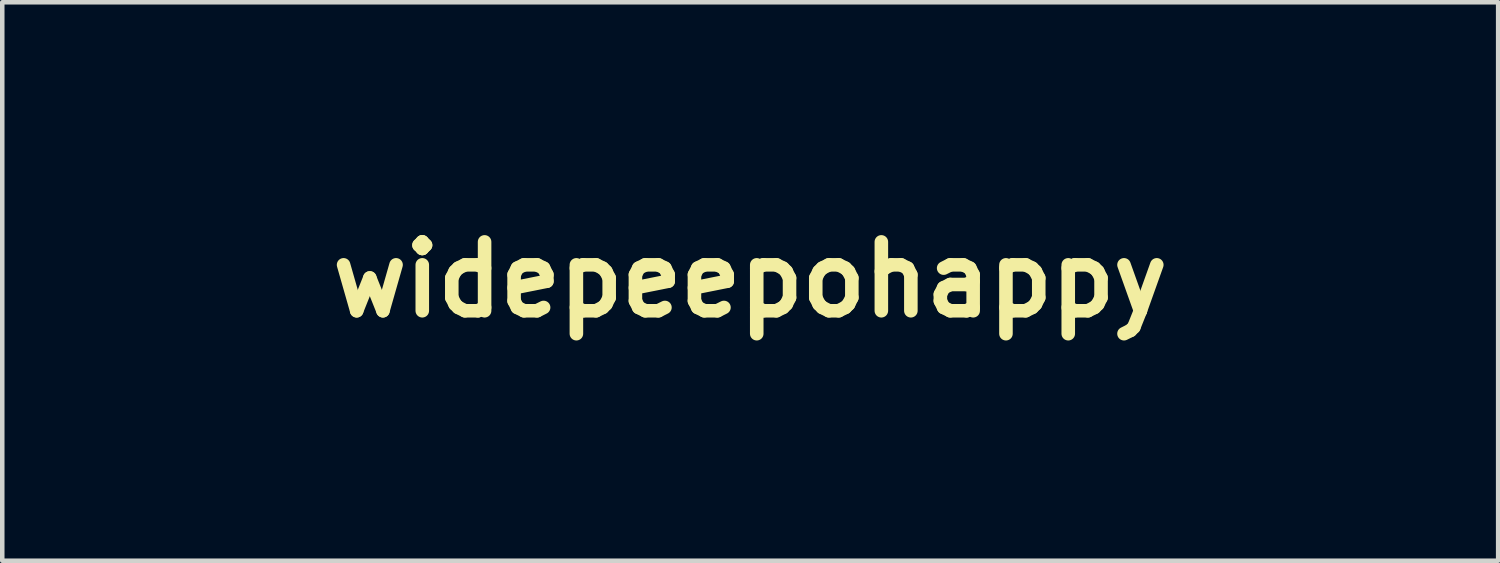
<source format=kicad_pcb>
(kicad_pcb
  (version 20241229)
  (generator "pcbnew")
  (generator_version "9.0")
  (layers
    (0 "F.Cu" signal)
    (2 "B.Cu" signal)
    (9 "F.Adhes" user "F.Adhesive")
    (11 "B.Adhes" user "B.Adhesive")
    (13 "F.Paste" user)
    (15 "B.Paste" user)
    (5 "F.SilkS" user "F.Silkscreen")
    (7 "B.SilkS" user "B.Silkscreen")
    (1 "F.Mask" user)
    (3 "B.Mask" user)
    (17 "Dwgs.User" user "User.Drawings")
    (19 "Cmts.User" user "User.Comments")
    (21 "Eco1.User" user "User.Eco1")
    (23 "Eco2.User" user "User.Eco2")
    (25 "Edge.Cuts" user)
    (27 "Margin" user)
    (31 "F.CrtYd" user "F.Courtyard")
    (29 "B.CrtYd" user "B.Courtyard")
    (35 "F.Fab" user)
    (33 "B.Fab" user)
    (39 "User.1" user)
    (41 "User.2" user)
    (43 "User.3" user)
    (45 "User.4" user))
  (footprint "widepeepohappy"
    (layer "F.Cu")
    (at 13.553 3.138)
    (property "Reference" "widepeepohappy" (at 0 0 0) (layer "F.SilkS") (effects (font (size 1.524 1.524) (thickness 0.3))))
    (attr through_hole)
    (fp_poly (pts (xy -4.995 -0.381) (xy -5.038 -0.339) (xy -5.08 -0.381) (xy -5.038 -0.423) (xy -4.995 -0.381)) (stroke (width 0.01) (type solid)) (fill no) (layer "Eco2.User"))
    (fp_poly (pts (xy 4.995 -1.312) (xy 4.953 -1.27) (xy 4.911 -1.312) (xy 4.953 -1.355) (xy 4.995 -1.312)) (stroke (width 0.01) (type solid)) (fill no) (layer "Eco2.User"))
    (fp_poly (pts (xy -13.406 1.129) (xy -13.417 1.179) (xy -13.462 1.185) (xy -13.532 1.154) (xy -13.518 1.129) (xy -13.418 1.119) (xy -13.406 1.129)) (stroke (width 0.01) (type solid)) (fill no) (layer "Eco2.User"))
    (fp_poly (pts (xy -4.177 -0.48) (xy -4.167 -0.379) (xy -4.177 -0.367) (xy -4.227 -0.379) (xy -4.233 -0.423) (xy -4.202 -0.493) (xy -4.177 -0.48)) (stroke (width 0.01) (type solid)) (fill no) (layer "Eco2.User"))
    (fp_poly (pts (xy 5.311 -1.321) (xy 5.286 -1.283) (xy 5.2 -1.277) (xy 5.11 -1.297) (xy 5.149 -1.328) (xy 5.281 -1.338) (xy 5.311 -1.321)) (stroke (width 0.01) (type solid)) (fill no) (layer "Eco2.User"))
    (fp_poly (pts (xy 7.006 1.463) (xy 7.059 1.482) (xy 6.963 1.495) (xy 6.773 1.499) (xy 6.564 1.493) (xy 6.486 1.48) (xy 6.54 1.463) (xy 6.814 1.449) (xy 7.006 1.463)) (stroke (width 0.01) (type solid)) (fill no) (layer "Eco2.User"))
    (fp_poly (pts (xy -4.374 -0.479) (xy -4.339 -0.402) (xy -4.441 -0.315) (xy -4.622 -0.267) (xy -4.794 -0.275) (xy -4.848 -0.304) (xy -4.877 -0.406) (xy -4.767 -0.481) (xy -4.56 -0.508) (xy -4.374 -0.479)) (stroke (width 0.01) (type solid)) (fill no) (layer "Eco2.User"))
    (fp_poly (pts (xy 4.476 -1.172) (xy 4.538 -1.136) (xy 4.436 -1.081) (xy 4.198 -1.018) (xy 3.991 -0.986) (xy 3.904 -1.02) (xy 3.895 -1.067) (xy 3.961 -1.15) (xy 4.172 -1.184) (xy 4.247 -1.185) (xy 4.476 -1.172)) (stroke (width 0.01) (type solid)) (fill no) (layer "Eco2.User"))
    (fp_poly (pts (xy -1.978 -1.01) (xy -2.01 -0.981) (xy -2.166 -0.913) (xy -2.371 -0.836) (xy -2.608 -0.762) (xy -2.869 -0.696) (xy -3.121 -0.645) (xy -3.331 -0.614) (xy -3.467 -0.607) (xy -3.494 -0.631) (xy -3.429 -0.668) (xy -3.273 -0.721) (xy -3.014 -0.792) (xy -2.704 -0.868) (xy -2.395 -0.938) (xy -2.139 -0.99) (xy -1.988 -1.01) (xy -1.978 -1.01)) (stroke (width 0.01) (type solid)) (fill no) (layer "Eco2.User"))
    (fp_poly (pts (xy -1.916 -2.091) (xy -1.651 -2.082) (xy -0.894 -2.049) (xy -0.296 -2.014) (xy 0.15 -1.976) (xy 0.456 -1.934) (xy 0.63 -1.886) (xy 0.681 -1.832) (xy 0.677 -1.82) (xy 0.573 -1.775) (xy 0.367 -1.763) (xy 0.121 -1.78) (xy -0.103 -1.824) (xy -0.232 -1.881) (xy -0.359 -1.911) (xy -0.649 -1.929) (xy -1.097 -1.936) (xy -1.697 -1.932) (xy -2.264 -1.92) (xy -2.95 -1.901) (xy -3.495 -1.878) (xy -3.931 -1.85) (xy -4.287 -1.813) (xy -4.592 -1.765) (xy -4.877 -1.703) (xy -4.911 -1.695) (xy -5.441 -1.569) (xy -5.825 -1.49) (xy -6.079 -1.455) (xy -6.221 -1.463) (xy -6.265 -1.512) (xy -6.265 -1.513) (xy -6.198 -1.606) (xy -6.16 -1.615) (xy -5.868 -1.66) (xy -5.487 -1.764) (xy -5.206 -1.836) (xy -4.897 -1.895) (xy -4.868 -1.899) (xy -4.617 -1.934) (xy -4.268 -1.983) (xy -3.894 -2.037) (xy -3.852 -2.043) (xy -3.364 -2.087) (xy -2.716 -2.103) (xy -1.916 -2.091)) (stroke (width 0.01) (type solid)) (fill no) (layer "Eco2.User"))
    (fp_poly (pts (xy 0.716 -1.213) (xy 1.149 -1.191) (xy 1.512 -1.153) (xy 1.679 -1.123) (xy 2.124 -0.987) (xy 2.448 -0.819) (xy 2.63 -0.632) (xy 2.655 -0.569) (xy 2.726 -0.461) (xy 2.788 -0.462) (xy 2.871 -0.464) (xy 2.879 -0.435) (xy 2.809 -0.346) (xy 2.731 -0.312) (xy 2.701 -0.285) (xy 2.816 -0.266) (xy 2.857 -0.264) (xy 3.045 -0.277) (xy 3.132 -0.322) (xy 3.133 -0.327) (xy 3.209 -0.386) (xy 3.402 -0.434) (xy 3.66 -0.464) (xy 3.932 -0.471) (xy 4.165 -0.447) (xy 4.168 -0.447) (xy 4.295 -0.415) (xy 4.312 -0.386) (xy 4.202 -0.351) (xy 3.946 -0.301) (xy 3.852 -0.284) (xy 3.331 -0.207) (xy 2.936 -0.178) (xy 2.68 -0.2) (xy 2.581 -0.255) (xy 2.476 -0.297) (xy 2.428 -0.279) (xy 2.381 -0.251) (xy 2.325 -0.229) (xy 2.233 -0.209) (xy 2.078 -0.188) (xy 1.832 -0.162) (xy 1.469 -0.127) (xy 1.041 -0.087) (xy 0.302 -0.03) (xy -0.294 -0.013) (xy -0.766 -0.034) (xy -1.136 -0.094) (xy -1.164 -0.102) (xy -1.35 -0.173) (xy -1.438 -0.249) (xy -1.439 -0.256) (xy -1.508 -0.329) (xy -1.566 -0.339) (xy -1.668 -0.412) (xy -1.678 -0.466) (xy -0.254 -0.466) (xy -0.186 -0.353) (xy -0.127 -0.339) (xy -0.014 -0.293) (xy 0 -0.254) (xy 0.074 -0.195) (xy 0.251 -0.169) (xy 0.254 -0.169) (xy 0.432 -0.194) (xy 0.508 -0.253) (xy 0.508 -0.254) (xy 0.439 -0.329) (xy 0.381 -0.339) (xy 0.269 -0.406) (xy 0.254 -0.466) (xy 0.178 -0.566) (xy 0 -0.593) (xy -0.202 -0.555) (xy -0.254 -0.466) (xy -1.678 -0.466) (xy -1.693 -0.55) (xy -1.649 -0.721) (xy -1.621 -0.735) (xy 0.686 -0.735) (xy 0.734 -0.649) (xy 0.859 -0.61) (xy 1.081 -0.6) (xy 1.33 -0.617) (xy 1.535 -0.66) (xy 1.554 -0.666) (xy 1.631 -0.714) (xy 1.575 -0.764) (xy 1.414 -0.819) (xy 1.144 -0.873) (xy 0.909 -0.871) (xy 0.745 -0.822) (xy 0.686 -0.735) (xy -1.621 -0.735) (xy -1.566 -0.762) (xy -1.454 -0.83) (xy -1.442 -0.878) (xy -0.727 -0.878) (xy -0.615 -0.821) (xy -0.324 -0.772) (xy -0.107 -0.788) (xy -0.004 -0.865) (xy 0 -0.889) (xy -0.057 -0.978) (xy -0.244 -1.014) (xy -0.334 -1.016) (xy -0.563 -0.995) (xy -0.703 -0.942) (xy -0.727 -0.878) (xy -1.442 -0.878) (xy -1.439 -0.889) (xy -1.406 -0.991) (xy -1.376 -0.998) (xy -1.262 -1.022) (xy -1.104 -1.095) (xy -0.919 -1.148) (xy -0.604 -1.186) (xy -0.2 -1.21) (xy 0.253 -1.22) (xy 0.716 -1.213)) (stroke (width 0.01) (type solid)) (fill no) (layer "Eco2.User"))
    (fp_poly (pts (xy 13.547 -1.548) (xy 13.271 -1.455) (xy 12.996 -1.361) (xy 13.271 -1.407) (xy 13.461 -1.409) (xy 13.548 -1.36) (xy 13.51 -1.289) (xy 13.399 -1.244) (xy 13.294 -1.212) (xy 13.354 -1.198) (xy 13.399 -1.195) (xy 13.444 -1.182) (xy 13.478 -1.135) (xy 13.504 -1.036) (xy 13.523 -0.865) (xy 13.535 -0.604) (xy 13.542 -0.234) (xy 13.546 0.265) (xy 13.547 0.912) (xy 13.547 1.016) (xy 13.547 3.217) (xy -13.548 3.217) (xy -13.538 2.54) (xy -13.528 2.196) (xy -13.504 1.988) (xy -13.468 1.905) (xy -13.208 1.905) (xy -13.166 1.947) (xy -13.123 1.905) (xy -13.166 1.863) (xy -13.208 1.905) (xy -13.468 1.905) (xy -13.46 1.886) (xy -13.389 1.857) (xy -13.389 1.857) (xy -13.314 1.839) (xy -13.393 1.79) (xy -13.42 1.778) (xy -13.534 1.722) (xy -13.489 1.703) (xy -13.399 1.699) (xy -13.249 1.655) (xy -13.207 1.587) (xy -13.177 1.543) (xy -13.123 1.609) (xy -13.056 1.682) (xy -13.04 1.625) (xy -12.992 1.555) (xy -12.954 1.566) (xy -12.876 1.56) (xy -12.869 1.529) (xy -12.942 1.462) (xy -13.081 1.439) (xy -13.232 1.412) (xy -13.288 1.296) (xy -13.293 1.185) (xy -13.274 1.086) (xy -12.764 1.086) (xy -12.764 1.143) (xy -12.696 1.209) (xy -12.679 1.206) (xy -12.623 1.254) (xy -12.615 1.309) (xy -12.593 1.399) (xy -12.509 1.478) (xy -12.341 1.556) (xy -12.064 1.643) (xy -11.655 1.75) (xy -11.43 1.804) (xy -10.972 1.912) (xy -10.599 1.992) (xy -10.265 2.049) (xy -9.923 2.091) (xy -9.529 2.123) (xy -9.036 2.151) (xy -8.721 2.167) (xy -8.299 2.189) (xy -7.942 2.212) (xy -7.682 2.233) (xy -7.551 2.25) (xy -7.542 2.254) (xy -7.449 2.264) (xy -7.202 2.272) (xy -6.818 2.278) (xy -6.314 2.283) (xy -5.706 2.287) (xy -5.01 2.289) (xy -4.242 2.289) (xy -3.419 2.288) (xy -2.557 2.286) (xy -1.672 2.283) (xy -0.781 2.278) (xy 0.101 2.273) (xy 0.956 2.266) (xy 1.769 2.259) (xy 2.524 2.25) (xy 3.203 2.241) (xy 3.791 2.231) (xy 4.272 2.221) (xy 4.628 2.209) (xy 4.741 2.204) (xy 5.33 2.174) (xy 5.947 2.143) (xy 6.536 2.115) (xy 7.045 2.091) (xy 7.301 2.079) (xy 7.871 2.049) (xy 8.282 2.012) (xy 8.546 1.968) (xy 8.671 1.915) (xy 8.673 1.905) (xy 10.837 1.905) (xy 10.88 1.947) (xy 10.922 1.905) (xy 10.88 1.863) (xy 10.837 1.905) (xy 8.673 1.905) (xy 8.678 1.863) (xy 8.601 1.842) (xy 9.943 1.842) (xy 10.026 1.856) (xy 10.136 1.84) (xy 10.137 1.812) (xy 10.024 1.791) (xy 9.975 1.805) (xy 9.943 1.842) (xy 8.601 1.842) (xy 8.58 1.837) (xy 8.36 1.832) (xy 8.067 1.85) (xy 8.065 1.851) (xy 7.687 1.875) (xy 7.178 1.893) (xy 6.57 1.902) (xy 5.897 1.905) (xy 5.191 1.902) (xy 4.485 1.892) (xy 3.813 1.876) (xy 3.207 1.855) (xy 2.7 1.829) (xy 2.325 1.797) (xy 2.286 1.792) (xy 1.212 1.644) (xy 0.269 1.482) (xy -0.526 1.311) (xy -0.762 1.25) (xy -1.123 1.156) (xy -1.469 1.071) (xy -1.728 1.013) (xy -1.736 1.011) (xy -2.046 0.932) (xy -2.347 0.832) (xy -2.371 0.822) (xy -2.616 0.723) (xy -2.821 0.64) (xy -2.836 0.634) (xy -3 0.584) (xy -3.069 0.579) (xy -3.131 0.529) (xy -3.133 0.508) (xy -3.203 0.436) (xy -3.281 0.422) (xy -3.313 0.387) (xy -3.249 0.32) (xy -2.625 0.32) (xy -2.599 0.41) (xy -2.504 0.494) (xy -2.311 0.587) (xy -1.993 0.704) (xy -1.835 0.757) (xy -1.472 0.875) (xy -1.149 0.976) (xy -0.914 1.044) (xy -0.841 1.063) (xy -0.59 1.114) (xy -0.259 1.18) (xy 0.104 1.25) (xy 0.448 1.317) (xy 0.726 1.369) (xy 0.888 1.398) (xy 0.889 1.399) (xy 1.056 1.425) (xy 1.331 1.47) (xy 1.651 1.521) (xy 2.373 1.613) (xy 3.217 1.68) (xy 4.144 1.723) (xy 5.109 1.742) (xy 6.074 1.736) (xy 6.995 1.704) (xy 7.775 1.651) (xy 9.483 1.651) (xy 9.525 1.693) (xy 9.567 1.651) (xy 9.533 1.617) (xy 9.746 1.617) (xy 9.847 1.632) (xy 10.075 1.589) (xy 10.286 1.52) (xy 10.404 1.449) (xy 10.414 1.429) (xy 10.391 1.368) (xy 10.295 1.367) (xy 10.091 1.43) (xy 10.018 1.456) (xy 9.801 1.553) (xy 9.746 1.617) (xy 9.533 1.617) (xy 9.525 1.609) (xy 9.483 1.651) (xy 7.775 1.651) (xy 7.832 1.647) (xy 8.543 1.565) (xy 9.029 1.485) (xy 9.368 1.412) (xy 9.579 1.337) (xy 9.685 1.252) (xy 9.697 1.185) (xy 9.821 1.185) (xy 9.852 1.255) (xy 9.878 1.242) (xy 9.879 1.227) (xy 10.502 1.227) (xy 10.546 1.289) (xy 10.658 1.311) (xy 10.812 1.272) (xy 10.915 1.2) (xy 10.922 1.175) (xy 10.854 1.123) (xy 11.873 1.123) (xy 11.947 1.171) (xy 11.98 1.185) (xy 12.219 1.258) (xy 12.345 1.227) (xy 12.361 1.174) (xy 12.421 1.048) (xy 12.509 0.956) (xy 12.594 0.877) (xy 12.551 0.862) (xy 12.404 0.889) (xy 12.216 0.951) (xy 12.121 1.022) (xy 12.024 1.094) (xy 11.952 1.107) (xy 11.873 1.123) (xy 10.854 1.123) (xy 10.849 1.119) (xy 10.71 1.101) (xy 10.537 1.136) (xy 10.502 1.227) (xy 9.879 1.227) (xy 9.888 1.141) (xy 9.878 1.129) (xy 9.827 1.141) (xy 9.821 1.185) (xy 9.697 1.185) (xy 9.705 1.147) (xy 9.693 1.096) (xy 9.688 0.969) (xy 9.81 0.927) (xy 9.837 0.925) (xy 9.934 0.911) (xy 9.909 0.889) (xy 10.075 0.889) (xy 10.118 0.931) (xy 10.16 0.889) (xy 10.118 0.847) (xy 10.075 0.889) (xy 9.909 0.889) (xy 9.89 0.872) (xy 9.73 0.808) (xy 9.632 0.79) (xy 10.95 0.79) (xy 10.962 0.841) (xy 11.007 0.847) (xy 11.076 0.816) (xy 11.063 0.79) (xy 10.963 0.78) (xy 10.95 0.79) (xy 9.632 0.79) (xy 9.328 0.736) (xy 8.926 0.753) (xy 8.66 0.786) (xy 8.544 0.813) (xy 8.562 0.842) (xy 8.678 0.879) (xy 8.94 0.944) (xy 9.144 0.987) (xy 9.381 1.053) (xy 9.463 1.128) (xy 9.405 1.205) (xy 9.221 1.278) (xy 8.926 1.341) (xy 8.532 1.386) (xy 8.255 1.402) (xy 7.912 1.414) (xy 7.727 1.417) (xy 7.689 1.408) (xy 7.788 1.385) (xy 7.963 1.356) (xy 8.381 1.289) (xy 8.661 1.243) (xy 8.833 1.215) (xy 8.925 1.198) (xy 8.969 1.189) (xy 8.975 1.187) (xy 8.949 1.152) (xy 8.792 1.086) (xy 8.54 1) (xy 8.224 0.906) (xy 8.128 0.88) (xy 7.74 0.808) (xy 7.296 0.793) (xy 6.951 0.812) (xy 6.607 0.841) (xy 6.408 0.866) (xy 6.33 0.898) (xy 6.349 0.946) (xy 6.441 1.021) (xy 6.442 1.022) (xy 6.572 1.134) (xy 6.57 1.196) (xy 6.504 1.229) (xy 6.297 1.29) (xy 6.223 1.304) (xy 6.063 1.379) (xy 6.019 1.428) (xy 5.953 1.463) (xy 5.796 1.487) (xy 5.531 1.502) (xy 5.143 1.506) (xy 4.613 1.502) (xy 4.099 1.493) (xy 3.536 1.479) (xy 3.014 1.462) (xy 2.563 1.444) (xy 2.211 1.425) (xy 1.988 1.406) (xy 1.947 1.401) (xy 1.56 1.329) (xy 1.1 1.244) (xy 0.614 1.154) (xy 0.148 1.066) (xy 0.043 1.047) (xy 1.059 1.047) (xy 1.091 1.083) (xy 1.277 1.131) (xy 1.614 1.189) (xy 2.096 1.256) (xy 2.268 1.277) (xy 2.85 1.347) (xy 3.283 1.394) (xy 3.583 1.42) (xy 3.768 1.426) (xy 3.856 1.412) (xy 3.864 1.379) (xy 3.848 1.36) (xy 3.727 1.311) (xy 3.474 1.253) (xy 3.13 1.191) (xy 2.73 1.131) (xy 2.315 1.079) (xy 1.921 1.039) (xy 1.586 1.018) (xy 1.478 1.016) (xy 1.186 1.024) (xy 1.059 1.047) (xy 0.043 1.047) (xy -0.249 0.992) (xy -0.532 0.938) (xy -0.55 0.934) (xy -1.015 0.832) (xy -1.414 0.722) (xy -1.719 0.612) (xy -1.904 0.513) (xy -1.947 0.452) (xy -1.91 0.389) (xy -1.785 0.353) (xy -1.558 0.343) (xy -1.211 0.36) (xy -0.728 0.404) (xy -0.187 0.464) (xy 0.979 0.581) (xy 2.194 0.668) (xy 3.415 0.725) (xy 4.602 0.749) (xy 5.712 0.74) (xy 6.161 0.72) (xy 11.345 0.72) (xy 11.388 0.762) (xy 11.43 0.72) (xy 11.388 0.677) (xy 11.345 0.72) (xy 6.161 0.72) (xy 6.703 0.695) (xy 6.816 0.687) (xy 6.981 0.671) (xy 7.015 0.655) (xy 6.913 0.64) (xy 6.827 0.635) (xy 7.62 0.635) (xy 7.662 0.677) (xy 7.694 0.646) (xy 9.979 0.646) (xy 10.091 0.66) (xy 10.118 0.661) (xy 10.262 0.652) (xy 10.275 0.625) (xy 10.267 0.622) (xy 10.099 0.605) (xy 10.013 0.619) (xy 9.979 0.646) (xy 7.694 0.646) (xy 7.705 0.635) (xy 7.662 0.593) (xy 7.62 0.635) (xy 6.827 0.635) (xy 6.669 0.625) (xy 6.276 0.61) (xy 5.727 0.594) (xy 5.018 0.578) (xy 4.741 0.572) (xy 4.528 0.567) (xy 7.96 0.567) (xy 8.072 0.575) (xy 8.255 0.58) (xy 8.579 0.572) (xy 8.995 0.54) (xy 9.427 0.491) (xy 9.552 0.473) (xy 9.596 0.466) (xy 10.245 0.466) (xy 10.287 0.508) (xy 10.329 0.466) (xy 10.315 0.452) (xy 10.527 0.452) (xy 10.539 0.502) (xy 10.583 0.508) (xy 10.653 0.477) (xy 10.64 0.452) (xy 10.539 0.441) (xy 10.527 0.452) (xy 10.315 0.452) (xy 10.287 0.423) (xy 10.245 0.466) (xy 9.596 0.466) (xy 9.901 0.415) (xy 10.185 0.358) (xy 10.362 0.311) (xy 10.399 0.293) (xy 10.362 0.267) (xy 10.194 0.273) (xy 9.928 0.308) (xy 9.599 0.369) (xy 9.525 0.384) (xy 9.325 0.416) (xy 9.013 0.454) (xy 8.644 0.492) (xy 8.509 0.504) (xy 8.169 0.534) (xy 7.989 0.554) (xy 7.96 0.567) (xy 4.528 0.567) (xy 3.987 0.553) (xy 3.218 0.528) (xy 2.47 0.498) (xy 1.775 0.465) (xy 1.17 0.43) (xy 0.687 0.395) (xy 0.55 0.383) (xy -0.004 0.332) (xy -0.588 0.282) (xy -1.141 0.238) (xy -1.603 0.206) (xy -1.714 0.199) (xy -2.116 0.177) (xy -2.377 0.17) (xy -2.529 0.182) (xy -2.602 0.217) (xy -2.623 0.278) (xy -2.625 0.32) (xy -3.249 0.32) (xy -3.233 0.303) (xy -3.079 0.195) (xy -2.892 0.091) (xy -2.71 0.017) (xy -2.672 0.007) (xy -2.397 -0.027) (xy -2.014 -0.035) (xy -1.584 -0.018) (xy -1.185 0.021) (xy -0.697 0.079) (xy -0.105 0.139) (xy 0.565 0.198) (xy 1.288 0.255) (xy 2.039 0.309) (xy 2.794 0.357) (xy 3.527 0.4) (xy 4.214 0.434) (xy 4.829 0.459) (xy 5.348 0.472) (xy 5.745 0.473) (xy 5.975 0.462) (xy 6.181 0.447) (xy 6.514 0.429) (xy 6.934 0.411) (xy 7.398 0.393) (xy 7.535 0.388) (xy 8.047 0.363) (xy 8.565 0.321) (xy 9.035 0.269) (xy 9.4 0.212) (xy 9.44 0.204) (xy 9.799 0.133) (xy 10.128 0.079) (xy 10.365 0.052) (xy 10.393 0.051) (xy 10.605 0.027) (xy 10.665 -0.014) (xy 10.587 -0.056) (xy 10.385 -0.082) (xy 10.28 -0.085) (xy 10.03 -0.1) (xy 9.93 -0.151) (xy 9.931 -0.191) (xy 10.024 -0.275) (xy 10.065 -0.275) (xy 10.148 -0.323) (xy 10.16 -0.381) (xy 10.187 -0.466) (xy 11.43 -0.466) (xy 11.472 -0.423) (xy 11.485 -0.436) (xy 11.63 -0.436) (xy 11.74 -0.437) (xy 11.909 -0.482) (xy 11.98 -0.511) (xy 12.078 -0.562) (xy 12.028 -0.573) (xy 11.92 -0.565) (xy 11.729 -0.528) (xy 11.631 -0.483) (xy 11.63 -0.436) (xy 11.485 -0.436) (xy 11.515 -0.466) (xy 11.472 -0.508) (xy 11.43 -0.466) (xy 10.187 -0.466) (xy 10.194 -0.486) (xy 10.223 -0.494) (xy 10.34 -0.514) (xy 10.53 -0.581) (xy 10.531 -0.581) (xy 10.778 -0.667) (xy 11.073 -0.748) (xy 11.124 -0.76) (xy 11.449 -0.845) (xy 11.78 -0.946) (xy 11.811 -0.957) (xy 11.871 -0.974) (xy 12.531 -0.974) (xy 12.573 -0.931) (xy 12.615 -0.974) (xy 12.573 -1.016) (xy 12.531 -0.974) (xy 11.871 -0.974) (xy 12.046 -1.023) (xy 12.223 -1.044) (xy 12.255 -1.039) (xy 12.348 -1.071) (xy 12.357 -1.106) (xy 12.467 -1.106) (xy 12.478 -1.101) (xy 12.556 -1.16) (xy 12.573 -1.185) (xy 12.595 -1.264) (xy 12.583 -1.27) (xy 12.506 -1.21) (xy 12.488 -1.185) (xy 12.467 -1.106) (xy 12.357 -1.106) (xy 12.361 -1.126) (xy 12.29 -1.246) (xy 12.171 -1.313) (xy 11.899 -1.397) (xy 12.785 -1.397) (xy 12.827 -1.355) (xy 12.869 -1.397) (xy 12.827 -1.439) (xy 12.785 -1.397) (xy 11.899 -1.397) (xy 11.724 -1.451) (xy 11.351 -1.544) (xy 10.984 -1.602) (xy 10.559 -1.638) (xy 10.202 -1.655) (xy 9.186 -1.696) (xy 9.652 -1.508) (xy 9.906 -1.397) (xy 10.086 -1.301) (xy 10.146 -1.253) (xy 10.243 -1.191) (xy 10.294 -1.185) (xy 10.393 -1.12) (xy 10.421 -0.965) (xy 10.383 -0.78) (xy 10.286 -0.626) (xy 10.233 -0.586) (xy 10.081 -0.55) (xy 9.779 -0.516) (xy 9.343 -0.485) (xy 8.79 -0.459) (xy 8.285 -0.444) (xy 7.697 -0.429) (xy 7.256 -0.42) (xy 6.942 -0.419) (xy 6.733 -0.427) (xy 6.607 -0.447) (xy 6.544 -0.479) (xy 6.522 -0.525) (xy 6.519 -0.58) (xy 6.467 -0.73) (xy 6.386 -0.762) (xy 6.287 -0.824) (xy 6.283 -0.933) (xy 7.451 -0.933) (xy 7.519 -0.856) (xy 7.578 -0.847) (xy 7.69 -0.801) (xy 7.705 -0.762) (xy 7.778 -0.703) (xy 7.956 -0.677) (xy 7.959 -0.677) (xy 8.137 -0.702) (xy 8.213 -0.761) (xy 8.213 -0.762) (xy 8.144 -0.837) (xy 8.086 -0.847) (xy 7.973 -0.883) (xy 7.959 -0.913) (xy 7.885 -0.966) (xy 7.707 -0.999) (xy 7.705 -0.999) (xy 7.527 -0.988) (xy 7.451 -0.934) (xy 7.451 -0.933) (xy 6.283 -0.933) (xy 6.283 -0.953) (xy 6.328 -1.058) (xy 8.475 -1.058) (xy 8.6 -0.994) (xy 8.615 -0.99) (xy 8.976 -0.944) (xy 9.272 -1.001) (xy 9.356 -1.048) (xy 9.45 -1.13) (xy 9.419 -1.178) (xy 9.245 -1.224) (xy 9.009 -1.25) (xy 8.783 -1.235) (xy 8.598 -1.19) (xy 8.485 -1.127) (xy 8.475 -1.058) (xy 6.328 -1.058) (xy 6.344 -1.092) (xy 6.416 -1.122) (xy 6.511 -1.154) (xy 6.519 -1.185) (xy 6.588 -1.26) (xy 6.616 -1.265) (xy 7.451 -1.265) (xy 7.523 -1.21) (xy 7.699 -1.194) (xy 7.918 -1.218) (xy 8.086 -1.266) (xy 8.172 -1.314) (xy 8.126 -1.353) (xy 7.943 -1.395) (xy 7.649 -1.419) (xy 7.484 -1.356) (xy 7.451 -1.265) (xy 6.616 -1.265) (xy 6.646 -1.27) (xy 6.759 -1.311) (xy 6.76 -1.312) (xy 7.281 -1.312) (xy 7.324 -1.27) (xy 7.366 -1.312) (xy 7.324 -1.355) (xy 7.281 -1.312) (xy 6.76 -1.312) (xy 6.773 -1.345) (xy 6.845 -1.419) (xy 6.995 -1.477) (xy 7.141 -1.531) (xy 7.17 -1.579) (xy 7.073 -1.586) (xy 6.857 -1.569) (xy 6.568 -1.535) (xy 6.255 -1.488) (xy 5.964 -1.437) (xy 5.742 -1.387) (xy 5.736 -1.385) (xy 5.613 -1.384) (xy 5.588 -1.42) (xy 5.656 -1.497) (xy 5.694 -1.505) (xy 5.825 -1.521) (xy 6.073 -1.554) (xy 6.389 -1.598) (xy 6.435 -1.605) (xy 6.853 -1.653) (xy 7.305 -1.689) (xy 7.641 -1.703) (xy 7.837 -1.714) (xy 8.503 -1.714) (xy 8.587 -1.7) (xy 8.696 -1.716) (xy 8.698 -1.744) (xy 8.584 -1.765) (xy 8.535 -1.751) (xy 8.503 -1.714) (xy 7.837 -1.714) (xy 7.927 -1.718) (xy 8.132 -1.75) (xy 8.213 -1.791) (xy 8.213 -1.792) (xy 8.163 -1.839) (xy 8.145 -1.831) (xy 8.024 -1.833) (xy 7.955 -1.865) (xy 7.992 -1.887) (xy 8.166 -1.9) (xy 8.444 -1.905) (xy 8.795 -1.904) (xy 9.185 -1.896) (xy 9.582 -1.882) (xy 9.955 -1.862) (xy 10.27 -1.838) (xy 10.414 -1.822) (xy 10.587 -1.805) (xy 10.601 -1.82) (xy 12.277 -1.82) (xy 12.319 -1.778) (xy 12.361 -1.82) (xy 12.319 -1.863) (xy 12.277 -1.82) (xy 10.601 -1.82) (xy 10.606 -1.825) (xy 10.541 -1.859) (xy 10.374 -1.898) (xy 10.097 -1.927) (xy 9.768 -1.941) (xy 9.758 -1.941) (xy 9.46 -1.954) (xy 9.242 -1.98) (xy 9.145 -2.016) (xy 9.144 -2.021) (xy 9.065 -2.054) (xy 8.854 -2.083) (xy 8.547 -2.104) (xy 8.34 -2.11) (xy 7.963 -2.109) (xy 7.69 -2.091) (xy 7.549 -2.059) (xy 7.535 -2.042) (xy 7.605 -1.957) (xy 7.684 -1.928) (xy 7.665 -1.911) (xy 7.505 -1.889) (xy 7.229 -1.863) (xy 6.878 -1.839) (xy 6.177 -1.769) (xy 5.45 -1.65) (xy 5.015 -1.554) (xy 4.424 -1.423) (xy 3.91 -1.352) (xy 3.395 -1.332) (xy 3.344 -1.333) (xy 3.035 -1.336) (xy 2.593 -1.34) (xy 2.053 -1.346) (xy 1.454 -1.352) (xy 0.829 -1.359) (xy 0.55 -1.362) (xy -0.161 -1.367) (xy -0.737 -1.364) (xy -1.212 -1.348) (xy -1.618 -1.317) (xy -1.991 -1.267) (xy -2.364 -1.193) (xy -2.77 -1.094) (xy -3.217 -0.972) (xy -3.589 -0.879) (xy -3.99 -0.796) (xy -4.149 -0.768) (xy -4.451 -0.717) (xy -4.848 -0.647) (xy -5.269 -0.569) (xy -5.398 -0.545) (xy -5.849 -0.47) (xy -6.14 -0.447) (xy -6.271 -0.478) (xy -6.242 -0.56) (xy -6.143 -0.589) (xy -5.908 -0.632) (xy -5.567 -0.684) (xy -5.153 -0.741) (xy -4.979 -0.763) (xy -4.51 -0.828) (xy -4.07 -0.899) (xy -3.703 -0.97) (xy -3.449 -1.032) (xy -3.408 -1.046) (xy -3.195 -1.115) (xy -3.066 -1.138) (xy -3.048 -1.129) (xy -2.995 -1.133) (xy -2.922 -1.185) (xy -2.774 -1.247) (xy -2.517 -1.302) (xy -2.266 -1.332) (xy -1.983 -1.361) (xy -1.775 -1.393) (xy -1.693 -1.419) (xy -1.725 -1.45) (xy -1.893 -1.452) (xy -2.166 -1.427) (xy -2.515 -1.381) (xy -2.911 -1.318) (xy -3.322 -1.242) (xy -3.72 -1.157) (xy -3.928 -1.106) (xy -4.339 -1.006) (xy -4.708 -0.926) (xy -4.995 -0.874) (xy -5.156 -0.858) (xy -5.376 -0.87) (xy -5.165 -0.905) (xy -4.972 -0.95) (xy -4.688 -1.03) (xy -4.432 -1.109) (xy -4.117 -1.205) (xy -3.83 -1.282) (xy -3.67 -1.316) (xy -3.385 -1.365) (xy -3.091 -1.419) (xy -2.853 -1.467) (xy -2.752 -1.491) (xy -2.314 -1.58) (xy -1.157 -1.58) (xy -1.145 -1.53) (xy -1.101 -1.524) (xy -1.031 -1.555) (xy -1.044 -1.58) (xy -1.145 -1.591) (xy -1.157 -1.58) (xy -2.314 -1.58) (xy -2.221 -1.6) (xy -1.568 -1.658) (xy -0.776 -1.666) (xy -0.275 -1.649) (xy 0.266 -1.629) (xy 0.652 -1.625) (xy 0.894 -1.637) (xy 0.997 -1.664) (xy 2.139 -1.664) (xy 2.266 -1.659) (xy 2.517 -1.658) (xy 2.869 -1.663) (xy 2.933 -1.665) (xy 3.357 -1.677) (xy 3.74 -1.694) (xy 4.039 -1.712) (xy 4.203 -1.729) (xy 4.376 -1.755) (xy 4.677 -1.795) (xy 5.067 -1.845) (xy 5.506 -1.899) (xy 5.588 -1.909) (xy 6.009 -1.963) (xy 6.367 -2.014) (xy 6.629 -2.057) (xy 6.763 -2.088) (xy 6.773 -2.093) (xy 6.71 -2.106) (xy 6.506 -2.11) (xy 6.189 -2.106) (xy 5.787 -2.095) (xy 5.329 -2.078) (xy 4.843 -2.057) (xy 4.357 -2.032) (xy 3.899 -2.005) (xy 3.498 -1.977) (xy 3.218 -1.952) (xy 2.89 -1.91) (xy 2.63 -1.859) (xy 2.482 -1.809) (xy 2.466 -1.795) (xy 2.351 -1.723) (xy 2.159 -1.675) (xy 2.139 -1.664) (xy 0.997 -1.664) (xy 1.005 -1.666) (xy 1.016 -1.684) (xy 0.98 -1.736) (xy 1.101 -1.736) (xy 1.143 -1.693) (xy 1.185 -1.736) (xy 1.143 -1.778) (xy 1.101 -1.736) (xy 0.98 -1.736) (xy 0.948 -1.779) (xy 0.91 -1.79) (xy 0.937 -1.803) (xy 1.101 -1.828) (xy 1.369 -1.858) (xy 1.482 -1.87) (xy 1.917 -1.916) (xy 2.415 -1.972) (xy 2.869 -2.026) (xy 2.879 -2.027) (xy 3.181 -2.056) (xy 3.615 -2.086) (xy 4.144 -2.116) (xy 4.732 -2.143) (xy 5.339 -2.166) (xy 5.524 -2.171) (xy 6.075 -2.19) (xy 6.564 -2.213) (xy 6.969 -2.237) (xy 7.112 -2.248) (xy 11.449 -2.248) (xy 11.451 -2.228) (xy 11.577 -2.155) (xy 11.599 -2.104) (xy 11.67 -2.056) (xy 11.832 -2.067) (xy 12.049 -2.076) (xy 12.192 -2.033) (xy 12.32 -1.96) (xy 12.359 -2.005) (xy 12.361 -2.117) (xy 12.344 -2.209) (xy 12.268 -2.259) (xy 12.094 -2.277) (xy 11.832 -2.276) (xy 11.586 -2.266) (xy 11.449 -2.248) (xy 7.112 -2.248) (xy 7.264 -2.261) (xy 7.426 -2.284) (xy 7.451 -2.296) (xy 7.438 -2.306) (xy 10.197 -2.306) (xy 10.28 -2.293) (xy 10.39 -2.308) (xy 10.391 -2.337) (xy 10.278 -2.357) (xy 10.229 -2.344) (xy 10.197 -2.306) (xy 7.438 -2.306) (xy 7.377 -2.357) (xy 7.235 -2.413) (xy 8.043 -2.413) (xy 8.086 -2.371) (xy 8.106 -2.391) (xy 8.249 -2.391) (xy 8.333 -2.377) (xy 8.442 -2.393) (xy 8.444 -2.422) (xy 8.33 -2.442) (xy 8.281 -2.429) (xy 8.249 -2.391) (xy 8.106 -2.391) (xy 8.128 -2.413) (xy 8.086 -2.455) (xy 8.043 -2.413) (xy 7.235 -2.413) (xy 7.191 -2.43) (xy 7.091 -2.46) (xy 6.829 -2.539) (xy 6.617 -2.618) (xy 6.598 -2.627) (xy 7.705 -2.627) (xy 7.767 -2.581) (xy 7.832 -2.594) (xy 7.887 -2.624) (xy 8.467 -2.624) (xy 8.55 -2.554) (xy 8.792 -2.475) (xy 9.142 -2.4) (xy 9.309 -2.362) (xy 9.374 -2.338) (xy 9.478 -2.324) (xy 9.653 -2.354) (xy 9.821 -2.409) (xy 9.905 -2.468) (xy 9.906 -2.474) (xy 9.844 -2.523) (xy 9.784 -2.511) (xy 9.663 -2.506) (xy 9.636 -2.533) (xy 9.547 -2.574) (xy 9.348 -2.611) (xy 9.09 -2.64) (xy 8.824 -2.656) (xy 8.603 -2.657) (xy 8.478 -2.638) (xy 8.467 -2.624) (xy 7.887 -2.624) (xy 7.943 -2.654) (xy 7.959 -2.676) (xy 7.89 -2.706) (xy 7.832 -2.709) (xy 7.719 -2.665) (xy 7.705 -2.627) (xy 6.598 -2.627) (xy 6.576 -2.638) (xy 6.409 -2.673) (xy 6.12 -2.681) (xy 5.753 -2.661) (xy 5.75 -2.661) (xy 5.39 -2.638) (xy 5.176 -2.644) (xy 5.086 -2.682) (xy 5.08 -2.702) (xy 5.048 -2.73) (xy 7.064 -2.73) (xy 7.147 -2.716) (xy 7.257 -2.732) (xy 7.258 -2.752) (xy 7.366 -2.752) (xy 7.408 -2.709) (xy 7.451 -2.752) (xy 7.408 -2.794) (xy 7.366 -2.752) (xy 7.258 -2.752) (xy 7.258 -2.76) (xy 7.145 -2.781) (xy 7.096 -2.767) (xy 7.064 -2.73) (xy 5.048 -2.73) (xy 5.004 -2.766) (xy 4.776 -2.759) (xy 4.763 -2.757) (xy 4.552 -2.729) (xy 4.221 -2.686) (xy 3.816 -2.635) (xy 3.429 -2.587) (xy 2.984 -2.529) (xy 2.556 -2.468) (xy 2.198 -2.411) (xy 1.99 -2.373) (xy 1.482 -2.267) (xy 1.097 -2.193) (xy 0.794 -2.148) (xy 0.528 -2.129) (xy 0.259 -2.133) (xy -0.057 -2.157) (xy -0.462 -2.197) (xy -0.485 -2.2) (xy -1.53 -2.29) (xy -2.539 -2.34) (xy -3.486 -2.351) (xy -4.345 -2.323) (xy -5.09 -2.256) (xy -5.673 -2.157) (xy -5.867 -2.117) (xy -6.16 -2.062) (xy -6.435 -2.013) (xy -6.722 -1.956) (xy -6.937 -1.898) (xy -7.029 -1.854) (xy -7.137 -1.792) (xy -7.311 -1.745) (xy -7.571 -1.687) (xy -7.817 -1.62) (xy -8.094 -1.548) (xy -8.394 -1.487) (xy -8.403 -1.485) (xy -8.607 -1.428) (xy -8.715 -1.355) (xy -8.721 -1.337) (xy -8.752 -1.279) (xy -8.769 -1.29) (xy -8.87 -1.29) (xy -9.038 -1.224) (xy -9.215 -1.153) (xy -9.319 -1.147) (xy -9.381 -1.105) (xy -9.434 -0.97) (xy -9.499 -0.829) (xy -9.57 -0.806) (xy -9.625 -0.768) (xy -9.651 -0.6) (xy -9.652 -0.555) (xy -9.666 -0.354) (xy -9.735 -0.271) (xy -9.903 -0.254) (xy -9.906 -0.254) (xy -10.086 -0.275) (xy -10.152 -0.374) (xy -10.16 -0.508) (xy -10.181 -0.688) (xy -10.28 -0.754) (xy -10.414 -0.762) (xy -10.592 -0.737) (xy -10.668 -0.678) (xy -10.668 -0.677) (xy -10.734 -0.597) (xy -10.765 -0.593) (xy -10.908 -0.547) (xy -11.114 -0.433) (xy -11.332 -0.286) (xy -11.51 -0.141) (xy -11.597 -0.033) (xy -11.599 -0.021) (xy -11.668 0.073) (xy -11.726 0.085) (xy -11.839 0.148) (xy -11.853 0.202) (xy -11.926 0.307) (xy -12.086 0.382) (xy -12.218 0.436) (xy -12.217 0.482) (xy -12.213 0.483) (xy -12.117 0.591) (xy -12.107 0.647) (xy -12.153 0.727) (xy -12.198 0.716) (xy -12.286 0.739) (xy -12.335 0.838) (xy -12.419 0.985) (xy -12.498 1.027) (xy -12.692 1.05) (xy -12.764 1.086) (xy -13.274 1.086) (xy -13.255 0.984) (xy -13.166 0.931) (xy -13.047 0.9) (xy -13.06 0.829) (xy -13.185 0.752) (xy -13.265 0.728) (xy -12.829 0.728) (xy -12.822 0.771) (xy -12.748 0.841) (xy -12.684 0.757) (xy -12.671 0.724) (xy -12.675 0.638) (xy -12.746 0.648) (xy -12.829 0.728) (xy -13.265 0.728) (xy -13.293 0.72) (xy -13.547 0.664) (xy -13.547 -0.231) (xy -12.609 -0.231) (xy -12.541 -0.204) (xy -12.508 -0.195) (xy -12.41 -0.123) (xy -12.416 -0.065) (xy -12.419 -0.014) (xy -12.373 -0.035) (xy -12.311 -0.136) (xy -12.323 -0.175) (xy -12.439 -0.239) (xy -12.514 -0.244) (xy -12.609 -0.231) (xy -13.547 -0.231) (xy -13.547 -0.988) (xy -10.301 -0.988) (xy -10.289 -0.937) (xy -10.245 -0.931) (xy -10.175 -0.962) (xy -10.188 -0.988) (xy -10.289 -0.998) (xy -10.301 -0.988) (xy -13.547 -0.988) (xy -13.547 -1.868) (xy -7.769 -1.868) (xy -7.757 -1.863) (xy -7.702 -1.905) (xy -7.197 -1.905) (xy -7.154 -1.863) (xy -7.112 -1.905) (xy -7.154 -1.947) (xy -7.197 -1.905) (xy -7.702 -1.905) (xy -7.68 -1.922) (xy -7.662 -1.947) (xy -7.641 -2.026) (xy -7.652 -2.032) (xy -7.73 -1.972) (xy -7.747 -1.947) (xy -7.769 -1.868) (xy -13.547 -1.868) (xy -13.547 -2.262) (xy -7.927 -2.262) (xy -7.887 -2.215) (xy -7.751 -2.168) (xy -7.591 -2.104) (xy -7.535 -2.044) (xy -7.467 -1.983) (xy -7.408 -1.976) (xy -7.295 -2.005) (xy -7.281 -2.029) (xy -7.352 -2.09) (xy -7.467 -2.143) (xy -6.968 -2.143) (xy -6.844 -2.124) (xy -6.832 -2.123) (xy -6.677 -2.14) (xy -6.639 -2.189) (xy -6.604 -2.229) (xy -6.474 -2.222) (xy -6.314 -2.221) (xy -6.265 -2.319) (xy -6.265 -2.328) (xy -6.294 -2.413) (xy -6.096 -2.413) (xy -6.054 -2.371) (xy -6.011 -2.413) (xy -6.025 -2.427) (xy -5.814 -2.427) (xy -5.802 -2.377) (xy -5.757 -2.371) (xy -5.688 -2.402) (xy -5.701 -2.427) (xy -5.801 -2.437) (xy -5.814 -2.427) (xy -6.025 -2.427) (xy -6.054 -2.455) (xy -6.096 -2.413) (xy -6.294 -2.413) (xy -6.298 -2.426) (xy -6.426 -2.431) (xy -6.497 -2.415) (xy -6.682 -2.352) (xy -6.772 -2.292) (xy -6.883 -2.206) (xy -6.943 -2.178) (xy -6.968 -2.143) (xy -7.467 -2.143) (xy -7.52 -2.167) (xy -7.717 -2.235) (xy -7.876 -2.269) (xy -7.927 -2.262) (xy -13.547 -2.262) (xy -13.547 -2.54) (xy -5.08 -2.54) (xy -5.014 -2.468) (xy -4.952 -2.476) (xy -1.657 -2.476) (xy -1.573 -2.462) (xy -1.464 -2.478) (xy -1.462 -2.506) (xy -1.551 -2.522) (xy -1.164 -2.522) (xy -1.128 -2.497) (xy -0.944 -2.469) (xy -0.889 -2.462) (xy -0.566 -2.425) (xy -0.376 -2.409) (xy -0.285 -2.416) (xy -0.284 -2.417) (xy 0.011 -2.417) (xy 0.12 -2.371) (xy 0.127 -2.371) (xy 0.24 -2.416) (xy 0.244 -2.427) (xy 0.79 -2.427) (xy 0.802 -2.377) (xy 0.847 -2.371) (xy 0.916 -2.402) (xy 0.91 -2.413) (xy 1.185 -2.413) (xy 1.228 -2.371) (xy 1.27 -2.413) (xy 1.228 -2.455) (xy 1.185 -2.413) (xy 0.91 -2.413) (xy 0.903 -2.427) (xy 0.803 -2.437) (xy 0.79 -2.427) (xy 0.244 -2.427) (xy 0.254 -2.455) (xy 0.324 -2.53) (xy 0.402 -2.546) (xy 0.493 -2.56) (xy 0.432 -2.602) (xy 0.381 -2.625) (xy 0.183 -2.685) (xy 0.085 -2.697) (xy 0.038 -2.676) (xy 0.127 -2.625) (xy 0.236 -2.569) (xy 0.192 -2.548) (xy 0.148 -2.546) (xy 0.024 -2.498) (xy 0.011 -2.417) (xy -0.284 -2.417) (xy -0.256 -2.444) (xy -0.254 -2.464) (xy -0.329 -2.542) (xy -0.515 -2.588) (xy -0.755 -2.588) (xy -0.762 -2.587) (xy -1.044 -2.55) (xy -1.164 -2.522) (xy -1.551 -2.522) (xy -1.576 -2.527) (xy -1.625 -2.513) (xy -1.657 -2.476) (xy -4.952 -2.476) (xy -4.831 -2.491) (xy -4.699 -2.54) (xy -4.623 -2.582) (xy -4.233 -2.582) (xy -4.191 -2.54) (xy -4.149 -2.582) (xy -3.979 -2.582) (xy -3.937 -2.54) (xy -3.895 -2.582) (xy -3.937 -2.625) (xy -3.979 -2.582) (xy -4.149 -2.582) (xy -4.191 -2.625) (xy -4.233 -2.582) (xy -4.623 -2.582) (xy -4.61 -2.589) (xy -4.663 -2.612) (xy -4.805 -2.619) (xy -4.992 -2.6) (xy -5.079 -2.547) (xy -5.08 -2.54) (xy -13.547 -2.54) (xy -13.547 -2.667) (xy -4.403 -2.667) (xy -4.36 -2.625) (xy -4.318 -2.667) (xy -3.048 -2.667) (xy -3.006 -2.625) (xy -2.963 -2.667) (xy -3.006 -2.709) (xy -3.048 -2.667) (xy -4.318 -2.667) (xy -4.36 -2.709) (xy -4.403 -2.667) (xy -13.547 -2.667) (xy -13.547 -2.819) (xy 6.234 -2.819) (xy 6.35 -2.807) (xy 6.47 -2.821) (xy 6.456 -2.85) (xy 6.45 -2.85) (xy 6.632 -2.85) (xy 6.644 -2.8) (xy 6.689 -2.794) (xy 6.758 -2.825) (xy 6.745 -2.85) (xy 6.645 -2.861) (xy 6.632 -2.85) (xy 6.45 -2.85) (xy 6.282 -2.861) (xy 6.244 -2.85) (xy 6.234 -2.819) (xy -13.547 -2.819) (xy -13.547 -2.912) (xy 4.651 -2.912) (xy 4.769 -2.899) (xy 4.826 -2.898) (xy 4.98 -2.907) (xy 4.991 -2.921) (xy 5.927 -2.921) (xy 5.969 -2.879) (xy 6.011 -2.921) (xy 5.969 -2.963) (xy 5.927 -2.921) (xy 4.991 -2.921) (xy 4.998 -2.929) (xy 4.974 -2.937) (xy 4.759 -2.95) (xy 4.678 -2.937) (xy 4.651 -2.912) (xy -13.547 -2.912) (xy -13.547 -3.133) (xy 13.547 -3.133) (xy 13.547 -1.548)) (stroke (width 0.01) (type solid)) (fill no) (layer "Eco2.User")))
  (gr_rect
    (start -3 -3)
    (end 30.107 9.36)
    (stroke (width 0.1) (type default))
    (fill no)
    (layer "Edge.Cuts")))
</source>
